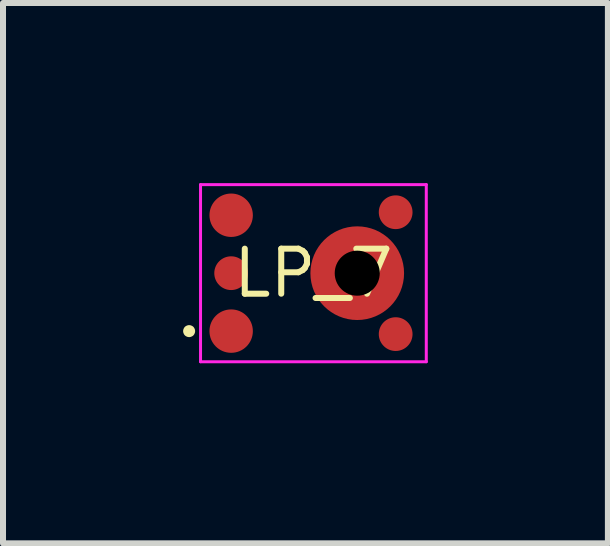
<source format=kicad_pcb>
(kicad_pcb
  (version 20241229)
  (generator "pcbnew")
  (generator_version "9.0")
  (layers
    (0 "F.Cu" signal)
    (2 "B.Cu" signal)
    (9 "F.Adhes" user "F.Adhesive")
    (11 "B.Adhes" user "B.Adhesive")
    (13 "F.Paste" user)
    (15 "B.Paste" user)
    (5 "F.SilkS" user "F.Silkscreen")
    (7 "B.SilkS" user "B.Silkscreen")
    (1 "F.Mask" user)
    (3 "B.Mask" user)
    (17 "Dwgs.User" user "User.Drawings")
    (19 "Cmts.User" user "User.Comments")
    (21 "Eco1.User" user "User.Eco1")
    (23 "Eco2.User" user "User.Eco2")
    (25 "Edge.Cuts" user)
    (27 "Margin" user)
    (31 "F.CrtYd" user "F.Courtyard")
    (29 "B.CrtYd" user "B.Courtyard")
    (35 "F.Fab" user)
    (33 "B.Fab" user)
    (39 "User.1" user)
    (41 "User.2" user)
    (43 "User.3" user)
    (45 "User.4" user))
  (footprint "LP_7"
    (layer "F.Cu")
    (at 2.17 1.5)
    (property "Reference" "LP_7" (at 0 0 0) (layer "F.SilkS") (effects (font (size 0.75 0.75) (thickness 0.1))))
    (fp_poly (pts (xy -1.97 0.965) (xy -1.972 0.945) (xy -1.978 0.927) (xy -1.987 0.909) (xy -1.999 0.894) (xy -2.014 0.882) (xy -2.032 0.873) (xy -2.05 0.867) (xy -2.07 0.865) (xy -2.09 0.867) (xy -2.108 0.873) (xy -2.126 0.882) (xy -2.141 0.894) (xy -2.153 0.909) (xy -2.162 0.927) (xy -2.168 0.945) (xy -2.17 0.965) (xy -2.168 0.985) (xy -2.162 1.003) (xy -2.153 1.021) (xy -2.141 1.036) (xy -2.126 1.048) (xy -2.108 1.057) (xy -2.09 1.063) (xy -2.07 1.065) (xy -2.05 1.063) (xy -2.032 1.057) (xy -2.014 1.048) (xy -1.999 1.036) (xy -1.987 1.021) (xy -1.978 1.003) (xy -1.972 0.985)) (stroke (width 0) (type solid)) (fill yes) (layer "F.SilkS"))
    (fp_line (start -1.88 -1.475) (end -1.88 1.475) (stroke (width 0.05) (type solid)) (layer "F.CrtYd"))
    (fp_line (start -1.88 1.475) (end 1.88 1.475) (stroke (width 0.05) (type solid)) (layer "F.CrtYd"))
    (fp_line (start 1.88 -1.475) (end -1.88 -1.475) (stroke (width 0.05) (type solid)) (layer "F.CrtYd"))
    (fp_line (start 1.88 1.475) (end 1.88 -1.475) (stroke (width 0.05) (type solid)) (layer "F.CrtYd"))
    (pad "" np_thru_hole circle (at 0.73 0) (size 0.75 0.75) (drill 0.75) (layers "*.Mask"))
    (pad "1" smd circle (at -1.37 0.965) (size 0.723 0.723) (layers "F.Cu" "F.Mask" "F.Paste"))
    (pad "2" smd circle (at 1.37 1.015) (size 0.562 0.562) (layers "F.Cu" "F.Mask" "F.Paste"))
    (pad "3" smd circle (at 1.37 -1.015) (size 0.562 0.562) (layers "F.Cu" "F.Mask" "F.Paste"))
    (pad "4" smd circle (at -1.37 -0.965) (size 0.723 0.723) (layers "F.Cu" "F.Mask" "F.Paste"))
    (pad "5" smd circle (at -1.37 0) (size 0.562 0.562) (layers "F.Cu" "F.Mask" "F.Paste"))
    (pad "6" smd circle (at 0.73 0) (size 1.56 1.56) (layers "F.Cu" "F.Mask" "F.Paste")))
  (gr_rect
    (start -3 -3)
    (end 7.075 6)
    (stroke (width 0.1) (type default))
    (fill no)
    (layer "Edge.Cuts")))
</source>
